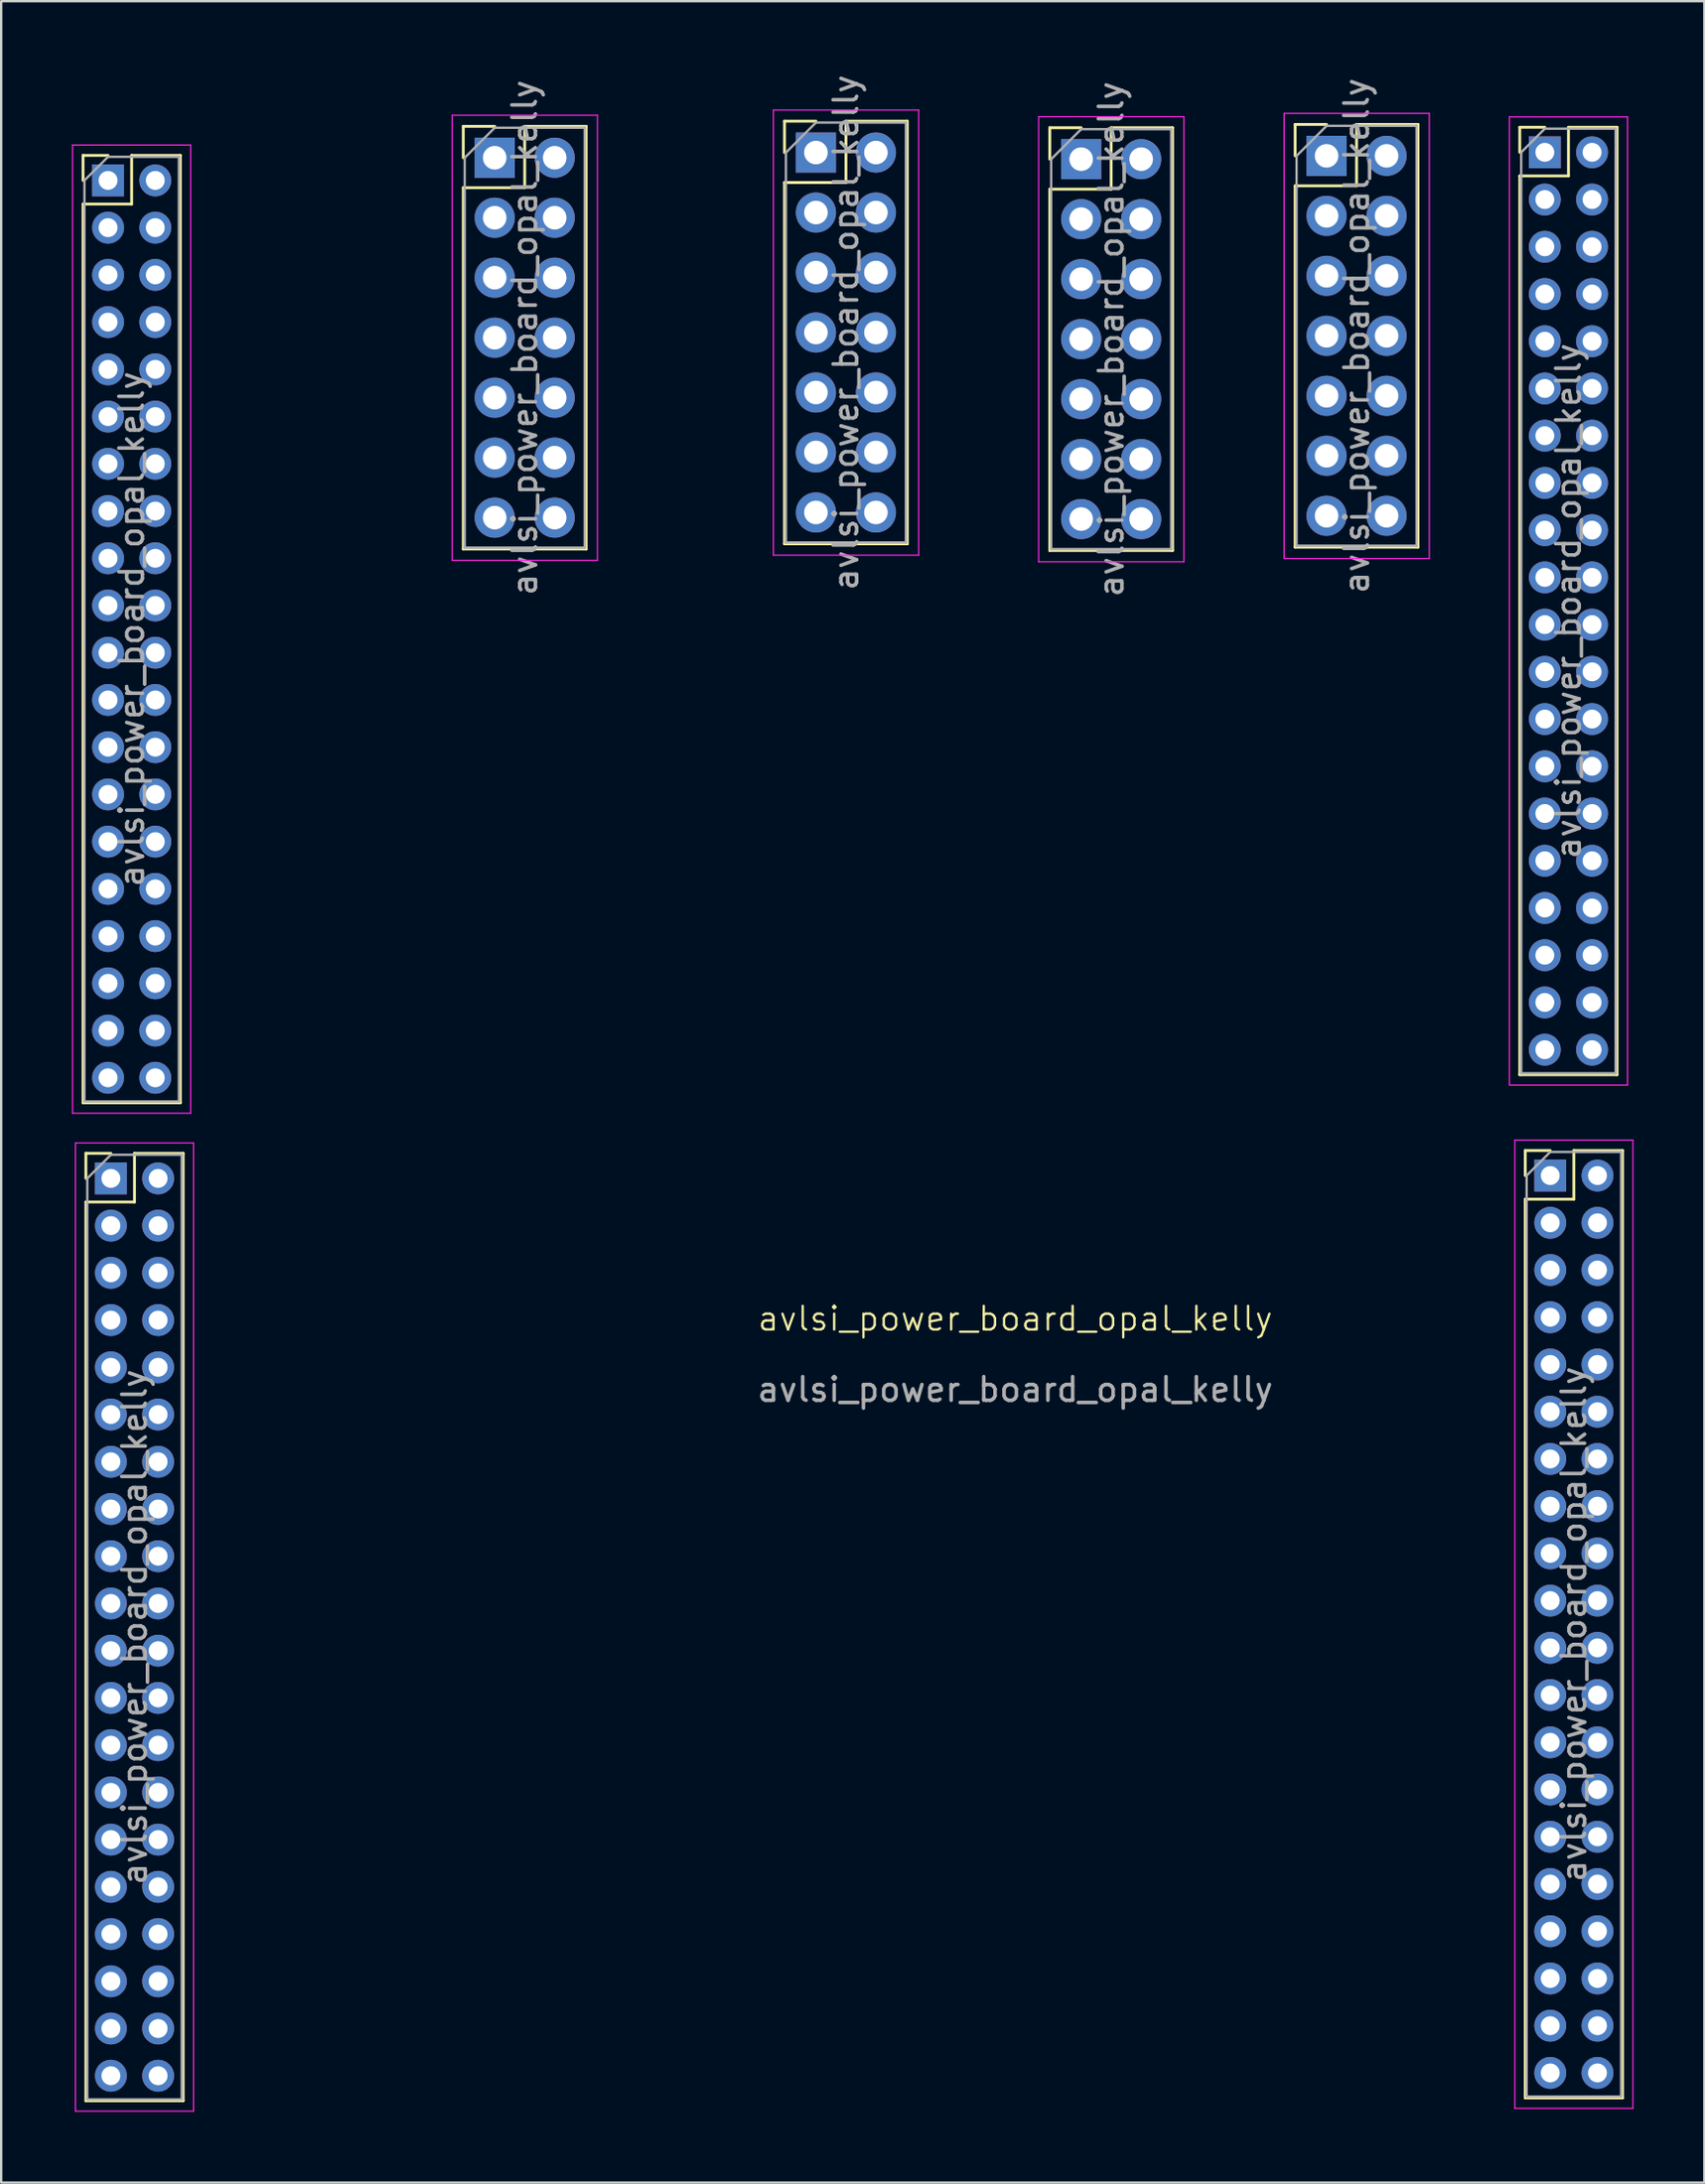
<source format=kicad_pcb>
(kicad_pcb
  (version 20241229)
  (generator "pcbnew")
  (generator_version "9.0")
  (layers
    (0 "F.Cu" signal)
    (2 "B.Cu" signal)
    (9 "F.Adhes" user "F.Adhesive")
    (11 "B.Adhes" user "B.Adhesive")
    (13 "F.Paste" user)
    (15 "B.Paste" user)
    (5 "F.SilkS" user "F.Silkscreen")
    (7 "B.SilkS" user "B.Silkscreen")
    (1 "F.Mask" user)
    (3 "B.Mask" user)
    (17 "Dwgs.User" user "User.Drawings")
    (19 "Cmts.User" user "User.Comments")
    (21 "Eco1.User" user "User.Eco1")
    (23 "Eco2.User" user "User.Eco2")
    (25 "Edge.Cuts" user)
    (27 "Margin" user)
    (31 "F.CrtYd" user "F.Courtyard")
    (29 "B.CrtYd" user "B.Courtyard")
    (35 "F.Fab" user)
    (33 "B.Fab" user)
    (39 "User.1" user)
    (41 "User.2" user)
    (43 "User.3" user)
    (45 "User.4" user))
  (footprint "avlsi_power_board_opal_kelly"
    (layer "F.Cu")
    (at 39.935 53.29)
    (property "Reference" "avlsi_power_board_opal_kelly" (at 0 -0.5 0) (unlocked yes) (layer "F.SilkS") (effects (font (size 1 1) (thickness 0.1))))
    (attr through_hole)
    (fp_line (start -39.47 -49.76) (end -38.41 -49.76) (stroke (width 0.12) (type solid)) (layer "F.SilkS"))
    (fp_line (start -39.47 -48.7) (end -39.47 -49.76) (stroke (width 0.12) (type solid)) (layer "F.SilkS"))
    (fp_line (start -39.47 -47.7) (end -39.47 -9.64) (stroke (width 0.12) (type solid)) (layer "F.SilkS"))
    (fp_line (start -39.47 -47.7) (end -37.41 -47.7) (stroke (width 0.12) (type solid)) (layer "F.SilkS"))
    (fp_line (start -39.47 -9.64) (end -35.35 -9.64) (stroke (width 0.12) (type solid)) (layer "F.SilkS"))
    (fp_line (start -39.35 -7.5) (end -38.29 -7.5) (stroke (width 0.12) (type solid)) (layer "F.SilkS"))
    (fp_line (start -39.35 -6.44) (end -39.35 -7.5) (stroke (width 0.12) (type solid)) (layer "F.SilkS"))
    (fp_line (start -39.35 -5.44) (end -39.35 32.62) (stroke (width 0.12) (type solid)) (layer "F.SilkS"))
    (fp_line (start -39.35 -5.44) (end -37.29 -5.44) (stroke (width 0.12) (type solid)) (layer "F.SilkS"))
    (fp_line (start -39.35 32.62) (end -35.23 32.62) (stroke (width 0.12) (type solid)) (layer "F.SilkS"))
    (fp_line (start -37.41 -49.76) (end -35.35 -49.76) (stroke (width 0.12) (type solid)) (layer "F.SilkS"))
    (fp_line (start -37.41 -47.7) (end -37.41 -49.76) (stroke (width 0.12) (type solid)) (layer "F.SilkS"))
    (fp_line (start -37.29 -7.5) (end -35.23 -7.5) (stroke (width 0.12) (type solid)) (layer "F.SilkS"))
    (fp_line (start -37.29 -5.44) (end -37.29 -7.5) (stroke (width 0.12) (type solid)) (layer "F.SilkS"))
    (fp_line (start -35.35 -49.76) (end -35.35 -9.64) (stroke (width 0.12) (type solid)) (layer "F.SilkS"))
    (fp_line (start -35.23 -7.5) (end -35.23 32.62) (stroke (width 0.12) (type solid)) (layer "F.SilkS"))
    (fp_line (start -23.37 -50.99) (end -22.04 -50.99) (stroke (width 0.12) (type solid)) (layer "F.SilkS"))
    (fp_line (start -23.37 -49.66) (end -23.37 -50.99) (stroke (width 0.12) (type solid)) (layer "F.SilkS"))
    (fp_line (start -23.37 -48.39) (end -23.37 -33.09) (stroke (width 0.12) (type solid)) (layer "F.SilkS"))
    (fp_line (start -23.37 -48.39) (end -20.77 -48.39) (stroke (width 0.12) (type solid)) (layer "F.SilkS"))
    (fp_line (start -23.37 -33.09) (end -18.17 -33.09) (stroke (width 0.12) (type solid)) (layer "F.SilkS"))
    (fp_line (start -20.77 -50.99) (end -18.17 -50.99) (stroke (width 0.12) (type solid)) (layer "F.SilkS"))
    (fp_line (start -20.77 -48.39) (end -20.77 -50.99) (stroke (width 0.12) (type solid)) (layer "F.SilkS"))
    (fp_line (start -18.17 -50.99) (end -18.17 -33.09) (stroke (width 0.12) (type solid)) (layer "F.SilkS"))
    (fp_line (start -9.77 -51.21) (end -8.44 -51.21) (stroke (width 0.12) (type solid)) (layer "F.SilkS"))
    (fp_line (start -9.77 -49.88) (end -9.77 -51.21) (stroke (width 0.12) (type solid)) (layer "F.SilkS"))
    (fp_line (start -9.77 -48.61) (end -9.77 -33.31) (stroke (width 0.12) (type solid)) (layer "F.SilkS"))
    (fp_line (start -9.77 -48.61) (end -7.17 -48.61) (stroke (width 0.12) (type solid)) (layer "F.SilkS"))
    (fp_line (start -9.77 -33.31) (end -4.57 -33.31) (stroke (width 0.12) (type solid)) (layer "F.SilkS"))
    (fp_line (start -7.17 -51.21) (end -4.57 -51.21) (stroke (width 0.12) (type solid)) (layer "F.SilkS"))
    (fp_line (start -7.17 -48.61) (end -7.17 -51.21) (stroke (width 0.12) (type solid)) (layer "F.SilkS"))
    (fp_line (start -4.57 -51.21) (end -4.57 -33.31) (stroke (width 0.12) (type solid)) (layer "F.SilkS"))
    (fp_line (start 1.46 -50.93) (end 2.79 -50.93) (stroke (width 0.12) (type solid)) (layer "F.SilkS"))
    (fp_line (start 1.46 -49.6) (end 1.46 -50.93) (stroke (width 0.12) (type solid)) (layer "F.SilkS"))
    (fp_line (start 1.46 -48.33) (end 1.46 -33.03) (stroke (width 0.12) (type solid)) (layer "F.SilkS"))
    (fp_line (start 1.46 -48.33) (end 4.06 -48.33) (stroke (width 0.12) (type solid)) (layer "F.SilkS"))
    (fp_line (start 1.46 -33.03) (end 6.66 -33.03) (stroke (width 0.12) (type solid)) (layer "F.SilkS"))
    (fp_line (start 4.06 -50.93) (end 6.66 -50.93) (stroke (width 0.12) (type solid)) (layer "F.SilkS"))
    (fp_line (start 4.06 -48.33) (end 4.06 -50.93) (stroke (width 0.12) (type solid)) (layer "F.SilkS"))
    (fp_line (start 6.66 -50.93) (end 6.66 -33.03) (stroke (width 0.12) (type solid)) (layer "F.SilkS"))
    (fp_line (start 11.85 -51.07) (end 13.18 -51.07) (stroke (width 0.12) (type solid)) (layer "F.SilkS"))
    (fp_line (start 11.85 -49.74) (end 11.85 -51.07) (stroke (width 0.12) (type solid)) (layer "F.SilkS"))
    (fp_line (start 11.85 -48.47) (end 11.85 -33.17) (stroke (width 0.12) (type solid)) (layer "F.SilkS"))
    (fp_line (start 11.85 -48.47) (end 14.45 -48.47) (stroke (width 0.12) (type solid)) (layer "F.SilkS"))
    (fp_line (start 11.85 -33.17) (end 17.05 -33.17) (stroke (width 0.12) (type solid)) (layer "F.SilkS"))
    (fp_line (start 14.45 -51.07) (end 17.05 -51.07) (stroke (width 0.12) (type solid)) (layer "F.SilkS"))
    (fp_line (start 14.45 -48.47) (end 14.45 -51.07) (stroke (width 0.12) (type solid)) (layer "F.SilkS"))
    (fp_line (start 17.05 -51.07) (end 17.05 -33.17) (stroke (width 0.12) (type solid)) (layer "F.SilkS"))
    (fp_line (start 21.36 -50.95) (end 22.42 -50.95) (stroke (width 0.12) (type solid)) (layer "F.SilkS"))
    (fp_line (start 21.36 -49.89) (end 21.36 -50.95) (stroke (width 0.12) (type solid)) (layer "F.SilkS"))
    (fp_line (start 21.36 -48.89) (end 21.36 -10.83) (stroke (width 0.12) (type solid)) (layer "F.SilkS"))
    (fp_line (start 21.36 -48.89) (end 23.42 -48.89) (stroke (width 0.12) (type solid)) (layer "F.SilkS"))
    (fp_line (start 21.36 -10.83) (end 25.48 -10.83) (stroke (width 0.12) (type solid)) (layer "F.SilkS"))
    (fp_line (start 21.59 -7.62) (end 22.65 -7.62) (stroke (width 0.12) (type solid)) (layer "F.SilkS"))
    (fp_line (start 21.59 -6.56) (end 21.59 -7.62) (stroke (width 0.12) (type solid)) (layer "F.SilkS"))
    (fp_line (start 21.59 -5.56) (end 21.59 32.5) (stroke (width 0.12) (type solid)) (layer "F.SilkS"))
    (fp_line (start 21.59 -5.56) (end 23.65 -5.56) (stroke (width 0.12) (type solid)) (layer "F.SilkS"))
    (fp_line (start 21.59 32.5) (end 25.71 32.5) (stroke (width 0.12) (type solid)) (layer "F.SilkS"))
    (fp_line (start 23.42 -50.95) (end 25.48 -50.95) (stroke (width 0.12) (type solid)) (layer "F.SilkS"))
    (fp_line (start 23.42 -48.89) (end 23.42 -50.95) (stroke (width 0.12) (type solid)) (layer "F.SilkS"))
    (fp_line (start 23.65 -7.62) (end 25.71 -7.62) (stroke (width 0.12) (type solid)) (layer "F.SilkS"))
    (fp_line (start 23.65 -5.56) (end 23.65 -7.62) (stroke (width 0.12) (type solid)) (layer "F.SilkS"))
    (fp_line (start 25.48 -50.95) (end 25.48 -10.83) (stroke (width 0.12) (type solid)) (layer "F.SilkS"))
    (fp_line (start 25.71 -7.62) (end 25.71 32.5) (stroke (width 0.12) (type solid)) (layer "F.SilkS"))
    (fp_line (start -39.91 -50.2) (end -39.91 -9.2) (stroke (width 0.05) (type solid)) (layer "F.CrtYd"))
    (fp_line (start -39.91 -9.2) (end -34.91 -9.2) (stroke (width 0.05) (type solid)) (layer "F.CrtYd"))
    (fp_line (start -39.79 -7.94) (end -39.79 33.06) (stroke (width 0.05) (type solid)) (layer "F.CrtYd"))
    (fp_line (start -39.79 33.06) (end -34.79 33.06) (stroke (width 0.05) (type solid)) (layer "F.CrtYd"))
    (fp_line (start -34.91 -50.2) (end -39.91 -50.2) (stroke (width 0.05) (type solid)) (layer "F.CrtYd"))
    (fp_line (start -34.91 -9.2) (end -34.91 -50.2) (stroke (width 0.05) (type solid)) (layer "F.CrtYd"))
    (fp_line (start -34.79 -7.94) (end -39.79 -7.94) (stroke (width 0.05) (type solid)) (layer "F.CrtYd"))
    (fp_line (start -34.79 33.06) (end -34.79 -7.94) (stroke (width 0.05) (type solid)) (layer "F.CrtYd"))
    (fp_line (start -23.84 -51.46) (end -23.84 -32.61) (stroke (width 0.05) (type solid)) (layer "F.CrtYd"))
    (fp_line (start -23.84 -32.61) (end -17.69 -32.61) (stroke (width 0.05) (type solid)) (layer "F.CrtYd"))
    (fp_line (start -17.69 -51.46) (end -23.84 -51.46) (stroke (width 0.05) (type solid)) (layer "F.CrtYd"))
    (fp_line (start -17.69 -32.61) (end -17.69 -51.46) (stroke (width 0.05) (type solid)) (layer "F.CrtYd"))
    (fp_line (start -10.24 -51.68) (end -10.24 -32.83) (stroke (width 0.05) (type solid)) (layer "F.CrtYd"))
    (fp_line (start -10.24 -32.83) (end -4.09 -32.83) (stroke (width 0.05) (type solid)) (layer "F.CrtYd"))
    (fp_line (start -4.09 -51.68) (end -10.24 -51.68) (stroke (width 0.05) (type solid)) (layer "F.CrtYd"))
    (fp_line (start -4.09 -32.83) (end -4.09 -51.68) (stroke (width 0.05) (type solid)) (layer "F.CrtYd"))
    (fp_line (start 0.99 -51.4) (end 0.99 -32.55) (stroke (width 0.05) (type solid)) (layer "F.CrtYd"))
    (fp_line (start 0.99 -32.55) (end 7.14 -32.55) (stroke (width 0.05) (type solid)) (layer "F.CrtYd"))
    (fp_line (start 7.14 -51.4) (end 0.99 -51.4) (stroke (width 0.05) (type solid)) (layer "F.CrtYd"))
    (fp_line (start 7.14 -32.55) (end 7.14 -51.4) (stroke (width 0.05) (type solid)) (layer "F.CrtYd"))
    (fp_line (start 11.38 -51.54) (end 11.38 -32.69) (stroke (width 0.05) (type solid)) (layer "F.CrtYd"))
    (fp_line (start 11.38 -32.69) (end 17.53 -32.69) (stroke (width 0.05) (type solid)) (layer "F.CrtYd"))
    (fp_line (start 17.53 -51.54) (end 11.38 -51.54) (stroke (width 0.05) (type solid)) (layer "F.CrtYd"))
    (fp_line (start 17.53 -32.69) (end 17.53 -51.54) (stroke (width 0.05) (type solid)) (layer "F.CrtYd"))
    (fp_line (start 20.92 -51.39) (end 20.92 -10.39) (stroke (width 0.05) (type solid)) (layer "F.CrtYd"))
    (fp_line (start 20.92 -10.39) (end 25.92 -10.39) (stroke (width 0.05) (type solid)) (layer "F.CrtYd"))
    (fp_line (start 21.15 -8.06) (end 21.15 32.94) (stroke (width 0.05) (type solid)) (layer "F.CrtYd"))
    (fp_line (start 21.15 32.94) (end 26.15 32.94) (stroke (width 0.05) (type solid)) (layer "F.CrtYd"))
    (fp_line (start 25.92 -51.39) (end 20.92 -51.39) (stroke (width 0.05) (type solid)) (layer "F.CrtYd"))
    (fp_line (start 25.92 -10.39) (end 25.92 -51.39) (stroke (width 0.05) (type solid)) (layer "F.CrtYd"))
    (fp_line (start 26.15 -8.06) (end 21.15 -8.06) (stroke (width 0.05) (type solid)) (layer "F.CrtYd"))
    (fp_line (start 26.15 32.94) (end 26.15 -8.06) (stroke (width 0.05) (type solid)) (layer "F.CrtYd"))
    (fp_line (start -39.41 -48.7) (end -38.41 -49.7) (stroke (width 0.1) (type solid)) (layer "F.Fab"))
    (fp_line (start -39.41 -9.7) (end -39.41 -48.7) (stroke (width 0.1) (type solid)) (layer "F.Fab"))
    (fp_line (start -39.29 -6.44) (end -38.29 -7.44) (stroke (width 0.1) (type solid)) (layer "F.Fab"))
    (fp_line (start -39.29 32.56) (end -39.29 -6.44) (stroke (width 0.1) (type solid)) (layer "F.Fab"))
    (fp_line (start -38.41 -49.7) (end -35.41 -49.7) (stroke (width 0.1) (type solid)) (layer "F.Fab"))
    (fp_line (start -38.29 -7.44) (end -35.29 -7.44) (stroke (width 0.1) (type solid)) (layer "F.Fab"))
    (fp_line (start -35.41 -49.7) (end -35.41 -9.7) (stroke (width 0.1) (type solid)) (layer "F.Fab"))
    (fp_line (start -35.41 -9.7) (end -39.41 -9.7) (stroke (width 0.1) (type solid)) (layer "F.Fab"))
    (fp_line (start -35.29 -7.44) (end -35.29 32.56) (stroke (width 0.1) (type solid)) (layer "F.Fab"))
    (fp_line (start -35.29 32.56) (end -39.29 32.56) (stroke (width 0.1) (type solid)) (layer "F.Fab"))
    (fp_line (start -23.31 -49.66) (end -22.04 -50.93) (stroke (width 0.1) (type solid)) (layer "F.Fab"))
    (fp_line (start -23.31 -33.15) (end -23.31 -49.66) (stroke (width 0.1) (type solid)) (layer "F.Fab"))
    (fp_line (start -22.04 -50.93) (end -18.23 -50.93) (stroke (width 0.1) (type solid)) (layer "F.Fab"))
    (fp_line (start -18.23 -50.93) (end -18.23 -33.15) (stroke (width 0.1) (type solid)) (layer "F.Fab"))
    (fp_line (start -18.23 -33.15) (end -23.31 -33.15) (stroke (width 0.1) (type solid)) (layer "F.Fab"))
    (fp_line (start -9.71 -49.88) (end -8.44 -51.15) (stroke (width 0.1) (type solid)) (layer "F.Fab"))
    (fp_line (start -9.71 -33.37) (end -9.71 -49.88) (stroke (width 0.1) (type solid)) (layer "F.Fab"))
    (fp_line (start -8.44 -51.15) (end -4.63 -51.15) (stroke (width 0.1) (type solid)) (layer "F.Fab"))
    (fp_line (start -4.63 -51.15) (end -4.63 -33.37) (stroke (width 0.1) (type solid)) (layer "F.Fab"))
    (fp_line (start -4.63 -33.37) (end -9.71 -33.37) (stroke (width 0.1) (type solid)) (layer "F.Fab"))
    (fp_line (start 1.52 -49.6) (end 2.79 -50.87) (stroke (width 0.1) (type solid)) (layer "F.Fab"))
    (fp_line (start 1.52 -33.09) (end 1.52 -49.6) (stroke (width 0.1) (type solid)) (layer "F.Fab"))
    (fp_line (start 2.79 -50.87) (end 6.6 -50.87) (stroke (width 0.1) (type solid)) (layer "F.Fab"))
    (fp_line (start 6.6 -50.87) (end 6.6 -33.09) (stroke (width 0.1) (type solid)) (layer "F.Fab"))
    (fp_line (start 6.6 -33.09) (end 1.52 -33.09) (stroke (width 0.1) (type solid)) (layer "F.Fab"))
    (fp_line (start 11.91 -49.74) (end 13.18 -51.01) (stroke (width 0.1) (type solid)) (layer "F.Fab"))
    (fp_line (start 11.91 -33.23) (end 11.91 -49.74) (stroke (width 0.1) (type solid)) (layer "F.Fab"))
    (fp_line (start 13.18 -51.01) (end 16.99 -51.01) (stroke (width 0.1) (type solid)) (layer "F.Fab"))
    (fp_line (start 16.99 -51.01) (end 16.99 -33.23) (stroke (width 0.1) (type solid)) (layer "F.Fab"))
    (fp_line (start 16.99 -33.23) (end 11.91 -33.23) (stroke (width 0.1) (type solid)) (layer "F.Fab"))
    (fp_line (start 21.42 -49.89) (end 22.42 -50.89) (stroke (width 0.1) (type solid)) (layer "F.Fab"))
    (fp_line (start 21.42 -10.89) (end 21.42 -49.89) (stroke (width 0.1) (type solid)) (layer "F.Fab"))
    (fp_line (start 21.65 -6.56) (end 22.65 -7.56) (stroke (width 0.1) (type solid)) (layer "F.Fab"))
    (fp_line (start 21.65 32.44) (end 21.65 -6.56) (stroke (width 0.1) (type solid)) (layer "F.Fab"))
    (fp_line (start 22.42 -50.89) (end 25.42 -50.89) (stroke (width 0.1) (type solid)) (layer "F.Fab"))
    (fp_line (start 22.65 -7.56) (end 25.65 -7.56) (stroke (width 0.1) (type solid)) (layer "F.Fab"))
    (fp_line (start 25.42 -50.89) (end 25.42 -10.89) (stroke (width 0.1) (type solid)) (layer "F.Fab"))
    (fp_line (start 25.42 -10.89) (end 21.42 -10.89) (stroke (width 0.1) (type solid)) (layer "F.Fab"))
    (fp_line (start 25.65 -7.56) (end 25.65 32.44) (stroke (width 0.1) (type solid)) (layer "F.Fab"))
    (fp_line (start 25.65 32.44) (end 21.65 32.44) (stroke (width 0.1) (type solid)) (layer "F.Fab"))
    (fp_text user "${REFERENCE}" (at -7.17 -42.26 90) (layer "F.Fab") (effects (font (size 1 1) (thickness 0.15))))
    (fp_text user "${REFERENCE}" (at 23.65 12.44 90) (layer "F.Fab") (effects (font (size 1 1) (thickness 0.15))))
    (fp_text user "${REFERENCE}" (at 0 2.5 0) (unlocked yes) (layer "F.Fab") (effects (font (size 1 1) (thickness 0.15))))
    (fp_text user "${REFERENCE}" (at 14.45 -42.12 90) (layer "F.Fab") (effects (font (size 1 1) (thickness 0.15))))
    (fp_text user "${REFERENCE}" (at 4.06 -41.98 90) (layer "F.Fab") (effects (font (size 1 1) (thickness 0.15))))
    (fp_text user "${REFERENCE}" (at -37.41 -29.7 90) (layer "F.Fab") (effects (font (size 1 1) (thickness 0.15))))
    (fp_text user "${REFERENCE}" (at -20.77 -42.04 90) (layer "F.Fab") (effects (font (size 1 1) (thickness 0.15))))
    (fp_text user "${REFERENCE}" (at -37.29 12.56 90) (layer "F.Fab") (effects (font (size 1 1) (thickness 0.15))))
    (fp_text user "${REFERENCE}" (at 23.42 -30.89 90) (layer "F.Fab") (effects (font (size 1 1) (thickness 0.15))))
    (pad "01" thru_hole rect (at -38.41 -48.7) (size 1.35 1.35) (drill 0.8) (layers "*.Cu" "*.Mask"))
    (pad "02" thru_hole oval (at -36.41 -48.7) (size 1.35 1.35) (drill 0.8) (layers "*.Cu" "*.Mask"))
    (pad "03" thru_hole oval (at -38.41 -46.7) (size 1.35 1.35) (drill 0.8) (layers "*.Cu" "*.Mask"))
    (pad "04" thru_hole oval (at -36.41 -46.7) (size 1.35 1.35) (drill 0.8) (layers "*.Cu" "*.Mask"))
    (pad "05" thru_hole oval (at -38.41 -44.7) (size 1.35 1.35) (drill 0.8) (layers "*.Cu" "*.Mask"))
    (pad "06" thru_hole oval (at -36.41 -44.7) (size 1.35 1.35) (drill 0.8) (layers "*.Cu" "*.Mask"))
    (pad "07" thru_hole oval (at -38.41 -42.7) (size 1.35 1.35) (drill 0.8) (layers "*.Cu" "*.Mask"))
    (pad "08" thru_hole oval (at -36.41 -42.7) (size 1.35 1.35) (drill 0.8) (layers "*.Cu" "*.Mask"))
    (pad "09" thru_hole oval (at -38.41 -40.7) (size 1.35 1.35) (drill 0.8) (layers "*.Cu" "*.Mask"))
    (pad "10" thru_hole oval (at -36.41 -40.7) (size 1.35 1.35) (drill 0.8) (layers "*.Cu" "*.Mask"))
    (pad "11" thru_hole oval (at -38.41 -38.7) (size 1.35 1.35) (drill 0.8) (layers "*.Cu" "*.Mask"))
    (pad "12" thru_hole oval (at -36.41 -38.7) (size 1.35 1.35) (drill 0.8) (layers "*.Cu" "*.Mask"))
    (pad "13" thru_hole oval (at -38.41 -36.7) (size 1.35 1.35) (drill 0.8) (layers "*.Cu" "*.Mask"))
    (pad "14" thru_hole oval (at -36.41 -36.7) (size 1.35 1.35) (drill 0.8) (layers "*.Cu" "*.Mask"))
    (pad "15" thru_hole oval (at -38.41 -34.7) (size 1.35 1.35) (drill 0.8) (layers "*.Cu" "*.Mask"))
    (pad "16" thru_hole oval (at -36.41 -34.7) (size 1.35 1.35) (drill 0.8) (layers "*.Cu" "*.Mask"))
    (pad "17" thru_hole oval (at -38.41 -32.7) (size 1.35 1.35) (drill 0.8) (layers "*.Cu" "*.Mask"))
    (pad "18" thru_hole oval (at -36.41 -32.7) (size 1.35 1.35) (drill 0.8) (layers "*.Cu" "*.Mask"))
    (pad "19" thru_hole oval (at -38.41 -30.7) (size 1.35 1.35) (drill 0.8) (layers "*.Cu" "*.Mask"))
    (pad "20" thru_hole oval (at -36.41 -30.7) (size 1.35 1.35) (drill 0.8) (layers "*.Cu" "*.Mask"))
    (pad "21" thru_hole oval (at -38.41 -28.7) (size 1.35 1.35) (drill 0.8) (layers "*.Cu" "*.Mask"))
    (pad "22" thru_hole oval (at -36.41 -28.7) (size 1.35 1.35) (drill 0.8) (layers "*.Cu" "*.Mask"))
    (pad "23" thru_hole oval (at -38.41 -26.7) (size 1.35 1.35) (drill 0.8) (layers "*.Cu" "*.Mask"))
    (pad "24" thru_hole oval (at -36.41 -26.7) (size 1.35 1.35) (drill 0.8) (layers "*.Cu" "*.Mask"))
    (pad "25" thru_hole oval (at -38.41 -24.7) (size 1.35 1.35) (drill 0.8) (layers "*.Cu" "*.Mask"))
    (pad "26" thru_hole oval (at -36.41 -24.7) (size 1.35 1.35) (drill 0.8) (layers "*.Cu" "*.Mask"))
    (pad "27" thru_hole oval (at -38.41 -22.7) (size 1.35 1.35) (drill 0.8) (layers "*.Cu" "*.Mask"))
    (pad "28" thru_hole oval (at -36.41 -22.7) (size 1.35 1.35) (drill 0.8) (layers "*.Cu" "*.Mask"))
    (pad "29" thru_hole oval (at -38.41 -20.7) (size 1.35 1.35) (drill 0.8) (layers "*.Cu" "*.Mask"))
    (pad "30" thru_hole oval (at -36.41 -20.7) (size 1.35 1.35) (drill 0.8) (layers "*.Cu" "*.Mask"))
    (pad "31" thru_hole oval (at -38.41 -18.7) (size 1.35 1.35) (drill 0.8) (layers "*.Cu" "*.Mask"))
    (pad "32" thru_hole oval (at -36.41 -18.7) (size 1.35 1.35) (drill 0.8) (layers "*.Cu" "*.Mask"))
    (pad "33" thru_hole oval (at -38.41 -16.7) (size 1.35 1.35) (drill 0.8) (layers "*.Cu" "*.Mask"))
    (pad "34" thru_hole oval (at -36.41 -16.7) (size 1.35 1.35) (drill 0.8) (layers "*.Cu" "*.Mask"))
    (pad "35" thru_hole oval (at -38.41 -14.7) (size 1.35 1.35) (drill 0.8) (layers "*.Cu" "*.Mask"))
    (pad "36" thru_hole oval (at -36.41 -14.7) (size 1.35 1.35) (drill 0.8) (layers "*.Cu" "*.Mask"))
    (pad "37" thru_hole oval (at -38.41 -12.7) (size 1.35 1.35) (drill 0.8) (layers "*.Cu" "*.Mask"))
    (pad "38" thru_hole oval (at -36.41 -12.7) (size 1.35 1.35) (drill 0.8) (layers "*.Cu" "*.Mask"))
    (pad "39" thru_hole oval (at -38.41 -10.7) (size 1.35 1.35) (drill 0.8) (layers "*.Cu" "*.Mask"))
    (pad "40" thru_hole oval (at -36.41 -10.7) (size 1.35 1.35) (drill 0.8) (layers "*.Cu" "*.Mask"))
    (pad "41" thru_hole rect (at -38.29 -6.44) (size 1.35 1.35) (drill 0.8) (layers "*.Cu" "*.Mask"))
    (pad "42" thru_hole oval (at -36.29 -6.44) (size 1.35 1.35) (drill 0.8) (layers "*.Cu" "*.Mask"))
    (pad "43" thru_hole oval (at -38.29 -4.44) (size 1.35 1.35) (drill 0.8) (layers "*.Cu" "*.Mask"))
    (pad "44" thru_hole oval (at -36.29 -4.44) (size 1.35 1.35) (drill 0.8) (layers "*.Cu" "*.Mask"))
    (pad "45" thru_hole oval (at -38.29 -2.44) (size 1.35 1.35) (drill 0.8) (layers "*.Cu" "*.Mask"))
    (pad "46" thru_hole oval (at -36.29 -2.44) (size 1.35 1.35) (drill 0.8) (layers "*.Cu" "*.Mask"))
    (pad "47" thru_hole oval (at -38.29 -0.44) (size 1.35 1.35) (drill 0.8) (layers "*.Cu" "*.Mask"))
    (pad "48" thru_hole oval (at -36.29 -0.44) (size 1.35 1.35) (drill 0.8) (layers "*.Cu" "*.Mask"))
    (pad "49" thru_hole oval (at -38.29 1.56) (size 1.35 1.35) (drill 0.8) (layers "*.Cu" "*.Mask"))
    (pad "50" thru_hole oval (at -36.29 1.56) (size 1.35 1.35) (drill 0.8) (layers "*.Cu" "*.Mask"))
    (pad "51" thru_hole oval (at -38.29 3.56) (size 1.35 1.35) (drill 0.8) (layers "*.Cu" "*.Mask"))
    (pad "52" thru_hole oval (at -36.29 3.56) (size 1.35 1.35) (drill 0.8) (layers "*.Cu" "*.Mask"))
    (pad "53" thru_hole oval (at -38.29 5.56) (size 1.35 1.35) (drill 0.8) (layers "*.Cu" "*.Mask"))
    (pad "54" thru_hole oval (at -36.29 5.56) (size 1.35 1.35) (drill 0.8) (layers "*.Cu" "*.Mask"))
    (pad "55" thru_hole oval (at -38.29 7.56) (size 1.35 1.35) (drill 0.8) (layers "*.Cu" "*.Mask"))
    (pad "56" thru_hole oval (at -36.29 7.56) (size 1.35 1.35) (drill 0.8) (layers "*.Cu" "*.Mask"))
    (pad "57" thru_hole oval (at -38.29 9.56) (size 1.35 1.35) (drill 0.8) (layers "*.Cu" "*.Mask"))
    (pad "58" thru_hole oval (at -36.29 9.56) (size 1.35 1.35) (drill 0.8) (layers "*.Cu" "*.Mask"))
    (pad "59" thru_hole oval (at -38.29 11.56) (size 1.35 1.35) (drill 0.8) (layers "*.Cu" "*.Mask"))
    (pad "60" thru_hole oval (at -36.29 11.56) (size 1.35 1.35) (drill 0.8) (layers "*.Cu" "*.Mask"))
    (pad "61" thru_hole oval (at -38.29 13.56) (size 1.35 1.35) (drill 0.8) (layers "*.Cu" "*.Mask"))
    (pad "62" thru_hole oval (at -36.29 13.56) (size 1.35 1.35) (drill 0.8) (layers "*.Cu" "*.Mask"))
    (pad "63" thru_hole oval (at -38.29 15.56) (size 1.35 1.35) (drill 0.8) (layers "*.Cu" "*.Mask"))
    (pad "64" thru_hole oval (at -36.29 15.56) (size 1.35 1.35) (drill 0.8) (layers "*.Cu" "*.Mask"))
    (pad "65" thru_hole oval (at -38.29 17.56) (size 1.35 1.35) (drill 0.8) (layers "*.Cu" "*.Mask"))
    (pad "66" thru_hole oval (at -36.29 17.56) (size 1.35 1.35) (drill 0.8) (layers "*.Cu" "*.Mask"))
    (pad "67" thru_hole oval (at -38.29 19.56) (size 1.35 1.35) (drill 0.8) (layers "*.Cu" "*.Mask"))
    (pad "68" thru_hole oval (at -36.29 19.56) (size 1.35 1.35) (drill 0.8) (layers "*.Cu" "*.Mask"))
    (pad "69" thru_hole oval (at -38.29 21.56) (size 1.35 1.35) (drill 0.8) (layers "*.Cu" "*.Mask"))
    (pad "70" thru_hole oval (at -36.29 21.56) (size 1.35 1.35) (drill 0.8) (layers "*.Cu" "*.Mask"))
    (pad "71" thru_hole oval (at -38.29 23.56) (size 1.35 1.35) (drill 0.8) (layers "*.Cu" "*.Mask"))
    (pad "72" thru_hole oval (at -36.29 23.56) (size 1.35 1.35) (drill 0.8) (layers "*.Cu" "*.Mask"))
    (pad "73" thru_hole oval (at -38.29 25.56) (size 1.35 1.35) (drill 0.8) (layers "*.Cu" "*.Mask"))
    (pad "74" thru_hole oval (at -36.29 25.56) (size 1.35 1.35) (drill 0.8) (layers "*.Cu" "*.Mask"))
    (pad "75" thru_hole oval (at -38.29 27.56) (size 1.35 1.35) (drill 0.8) (layers "*.Cu" "*.Mask"))
    (pad "76" thru_hole oval (at -36.29 27.56) (size 1.35 1.35) (drill 0.8) (layers "*.Cu" "*.Mask"))
    (pad "77" thru_hole oval (at -38.29 29.56) (size 1.35 1.35) (drill 0.8) (layers "*.Cu" "*.Mask"))
    (pad "78" thru_hole oval (at -36.29 29.56) (size 1.35 1.35) (drill 0.8) (layers "*.Cu" "*.Mask"))
    (pad "79" thru_hole oval (at -38.29 31.56) (size 1.35 1.35) (drill 0.8) (layers "*.Cu" "*.Mask"))
    (pad "80" thru_hole oval (at -36.29 31.56) (size 1.35 1.35) (drill 0.8) (layers "*.Cu" "*.Mask"))
    (pad "81" thru_hole rect (at 22.42 -49.89) (size 1.35 1.35) (drill 0.8) (layers "*.Cu" "*.Mask"))
    (pad "82" thru_hole oval (at 24.42 -49.89) (size 1.35 1.35) (drill 0.8) (layers "*.Cu" "*.Mask"))
    (pad "83" thru_hole oval (at 22.42 -47.89) (size 1.35 1.35) (drill 0.8) (layers "*.Cu" "*.Mask"))
    (pad "84" thru_hole oval (at 24.42 -47.89) (size 1.35 1.35) (drill 0.8) (layers "*.Cu" "*.Mask"))
    (pad "85" thru_hole oval (at 22.42 -45.89) (size 1.35 1.35) (drill 0.8) (layers "*.Cu" "*.Mask"))
    (pad "86" thru_hole oval (at 24.42 -45.89) (size 1.35 1.35) (drill 0.8) (layers "*.Cu" "*.Mask"))
    (pad "87" thru_hole oval (at 22.42 -43.89) (size 1.35 1.35) (drill 0.8) (layers "*.Cu" "*.Mask"))
    (pad "88" thru_hole oval (at 24.42 -43.89) (size 1.35 1.35) (drill 0.8) (layers "*.Cu" "*.Mask"))
    (pad "89" thru_hole oval (at 22.42 -41.89) (size 1.35 1.35) (drill 0.8) (layers "*.Cu" "*.Mask"))
    (pad "90" thru_hole oval (at 24.42 -41.89) (size 1.35 1.35) (drill 0.8) (layers "*.Cu" "*.Mask"))
    (pad "91" thru_hole oval (at 22.42 -39.89) (size 1.35 1.35) (drill 0.8) (layers "*.Cu" "*.Mask"))
    (pad "92" thru_hole oval (at 24.42 -39.89) (size 1.35 1.35) (drill 0.8) (layers "*.Cu" "*.Mask"))
    (pad "93" thru_hole oval (at 22.42 -37.89) (size 1.35 1.35) (drill 0.8) (layers "*.Cu" "*.Mask"))
    (pad "94" thru_hole oval (at 24.42 -37.89) (size 1.35 1.35) (drill 0.8) (layers "*.Cu" "*.Mask"))
    (pad "95" thru_hole oval (at 22.42 -35.89) (size 1.35 1.35) (drill 0.8) (layers "*.Cu" "*.Mask"))
    (pad "96" thru_hole oval (at 24.42 -35.89) (size 1.35 1.35) (drill 0.8) (layers "*.Cu" "*.Mask"))
    (pad "97" thru_hole oval (at 22.42 -33.89) (size 1.35 1.35) (drill 0.8) (layers "*.Cu" "*.Mask"))
    (pad "98" thru_hole oval (at 24.42 -33.89) (size 1.35 1.35) (drill 0.8) (layers "*.Cu" "*.Mask"))
    (pad "99" thru_hole oval (at 22.42 -31.89) (size 1.35 1.35) (drill 0.8) (layers "*.Cu" "*.Mask"))
    (pad "100" thru_hole oval (at 24.42 -31.89) (size 1.35 1.35) (drill 0.8) (layers "*.Cu" "*.Mask"))
    (pad "101" thru_hole oval (at 22.42 -29.89) (size 1.35 1.35) (drill 0.8) (layers "*.Cu" "*.Mask"))
    (pad "102" thru_hole oval (at 24.42 -29.89) (size 1.35 1.35) (drill 0.8) (layers "*.Cu" "*.Mask"))
    (pad "103" thru_hole oval (at 22.42 -27.89) (size 1.35 1.35) (drill 0.8) (layers "*.Cu" "*.Mask"))
    (pad "104" thru_hole oval (at 24.42 -27.89) (size 1.35 1.35) (drill 0.8) (layers "*.Cu" "*.Mask"))
    (pad "105" thru_hole oval (at 22.42 -25.89) (size 1.35 1.35) (drill 0.8) (layers "*.Cu" "*.Mask"))
    (pad "106" thru_hole oval (at 24.42 -25.89) (size 1.35 1.35) (drill 0.8) (layers "*.Cu" "*.Mask"))
    (pad "107" thru_hole oval (at 22.42 -23.89) (size 1.35 1.35) (drill 0.8) (layers "*.Cu" "*.Mask"))
    (pad "108" thru_hole oval (at 24.42 -23.89) (size 1.35 1.35) (drill 0.8) (layers "*.Cu" "*.Mask"))
    (pad "109" thru_hole oval (at 22.42 -21.89) (size 1.35 1.35) (drill 0.8) (layers "*.Cu" "*.Mask"))
    (pad "110" thru_hole oval (at 24.42 -21.89) (size 1.35 1.35) (drill 0.8) (layers "*.Cu" "*.Mask"))
    (pad "111" thru_hole oval (at 22.42 -19.89) (size 1.35 1.35) (drill 0.8) (layers "*.Cu" "*.Mask"))
    (pad "112" thru_hole oval (at 24.42 -19.89) (size 1.35 1.35) (drill 0.8) (layers "*.Cu" "*.Mask"))
    (pad "113" thru_hole oval (at 22.42 -17.89) (size 1.35 1.35) (drill 0.8) (layers "*.Cu" "*.Mask"))
    (pad "114" thru_hole oval (at 24.42 -17.89) (size 1.35 1.35) (drill 0.8) (layers "*.Cu" "*.Mask"))
    (pad "115" thru_hole oval (at 22.42 -15.89) (size 1.35 1.35) (drill 0.8) (layers "*.Cu" "*.Mask"))
    (pad "116" thru_hole oval (at 24.42 -15.89) (size 1.35 1.35) (drill 0.8) (layers "*.Cu" "*.Mask"))
    (pad "117" thru_hole oval (at 22.42 -13.89) (size 1.35 1.35) (drill 0.8) (layers "*.Cu" "*.Mask"))
    (pad "118" thru_hole oval (at 24.42 -13.89) (size 1.35 1.35) (drill 0.8) (layers "*.Cu" "*.Mask"))
    (pad "119" thru_hole oval (at 22.42 -11.89) (size 1.35 1.35) (drill 0.8) (layers "*.Cu" "*.Mask"))
    (pad "120" thru_hole oval (at 24.42 -11.89) (size 1.35 1.35) (drill 0.8) (layers "*.Cu" "*.Mask"))
    (pad "121" thru_hole rect (at 22.65 -6.56) (size 1.35 1.35) (drill 0.8) (layers "*.Cu" "*.Mask"))
    (pad "122" thru_hole oval (at 24.65 -6.56) (size 1.35 1.35) (drill 0.8) (layers "*.Cu" "*.Mask"))
    (pad "123" thru_hole oval (at 22.65 -4.56) (size 1.35 1.35) (drill 0.8) (layers "*.Cu" "*.Mask"))
    (pad "124" thru_hole oval (at 24.65 -4.56) (size 1.35 1.35) (drill 0.8) (layers "*.Cu" "*.Mask"))
    (pad "125" thru_hole oval (at 22.65 -2.56) (size 1.35 1.35) (drill 0.8) (layers "*.Cu" "*.Mask"))
    (pad "126" thru_hole oval (at 24.65 -2.56) (size 1.35 1.35) (drill 0.8) (layers "*.Cu" "*.Mask"))
    (pad "127" thru_hole oval (at 22.65 -0.56) (size 1.35 1.35) (drill 0.8) (layers "*.Cu" "*.Mask"))
    (pad "128" thru_hole oval (at 24.65 -0.56) (size 1.35 1.35) (drill 0.8) (layers "*.Cu" "*.Mask"))
    (pad "129" thru_hole oval (at 22.65 1.44) (size 1.35 1.35) (drill 0.8) (layers "*.Cu" "*.Mask"))
    (pad "130" thru_hole oval (at 24.65 1.44) (size 1.35 1.35) (drill 0.8) (layers "*.Cu" "*.Mask"))
    (pad "131" thru_hole oval (at 22.65 3.44) (size 1.35 1.35) (drill 0.8) (layers "*.Cu" "*.Mask"))
    (pad "132" thru_hole oval (at 24.65 3.44) (size 1.35 1.35) (drill 0.8) (layers "*.Cu" "*.Mask"))
    (pad "133" thru_hole oval (at 22.65 5.44) (size 1.35 1.35) (drill 0.8) (layers "*.Cu" "*.Mask"))
    (pad "134" thru_hole oval (at 24.65 5.44) (size 1.35 1.35) (drill 0.8) (layers "*.Cu" "*.Mask"))
    (pad "135" thru_hole oval (at 22.65 7.44) (size 1.35 1.35) (drill 0.8) (layers "*.Cu" "*.Mask"))
    (pad "136" thru_hole oval (at 24.65 7.44) (size 1.35 1.35) (drill 0.8) (layers "*.Cu" "*.Mask"))
    (pad "137" thru_hole oval (at 22.65 9.44) (size 1.35 1.35) (drill 0.8) (layers "*.Cu" "*.Mask"))
    (pad "138" thru_hole oval (at 24.65 9.44) (size 1.35 1.35) (drill 0.8) (layers "*.Cu" "*.Mask"))
    (pad "139" thru_hole oval (at 22.65 11.44) (size 1.35 1.35) (drill 0.8) (layers "*.Cu" "*.Mask"))
    (pad "140" thru_hole oval (at 24.65 11.44) (size 1.35 1.35) (drill 0.8) (layers "*.Cu" "*.Mask"))
    (pad "141" thru_hole oval (at 22.65 13.44) (size 1.35 1.35) (drill 0.8) (layers "*.Cu" "*.Mask"))
    (pad "142" thru_hole oval (at 24.65 13.44) (size 1.35 1.35) (drill 0.8) (layers "*.Cu" "*.Mask"))
    (pad "143" thru_hole oval (at 22.65 15.44) (size 1.35 1.35) (drill 0.8) (layers "*.Cu" "*.Mask"))
    (pad "144" thru_hole oval (at 24.65 15.44) (size 1.35 1.35) (drill 0.8) (layers "*.Cu" "*.Mask"))
    (pad "145" thru_hole oval (at 22.65 17.44) (size 1.35 1.35) (drill 0.8) (layers "*.Cu" "*.Mask"))
    (pad "146" thru_hole oval (at 24.65 17.44) (size 1.35 1.35) (drill 0.8) (layers "*.Cu" "*.Mask"))
    (pad "147" thru_hole oval (at 22.65 19.44) (size 1.35 1.35) (drill 0.8) (layers "*.Cu" "*.Mask"))
    (pad "148" thru_hole oval (at 24.65 19.44) (size 1.35 1.35) (drill 0.8) (layers "*.Cu" "*.Mask"))
    (pad "149" thru_hole oval (at 22.65 21.44) (size 1.35 1.35) (drill 0.8) (layers "*.Cu" "*.Mask"))
    (pad "150" thru_hole oval (at 24.65 21.44) (size 1.35 1.35) (drill 0.8) (layers "*.Cu" "*.Mask"))
    (pad "151" thru_hole oval (at 22.65 23.44) (size 1.35 1.35) (drill 0.8) (layers "*.Cu" "*.Mask"))
    (pad "152" thru_hole oval (at 24.65 23.44) (size 1.35 1.35) (drill 0.8) (layers "*.Cu" "*.Mask"))
    (pad "153" thru_hole oval (at 22.65 25.44) (size 1.35 1.35) (drill 0.8) (layers "*.Cu" "*.Mask"))
    (pad "154" thru_hole oval (at 24.65 25.44) (size 1.35 1.35) (drill 0.8) (layers "*.Cu" "*.Mask"))
    (pad "155" thru_hole oval (at 22.65 27.44) (size 1.35 1.35) (drill 0.8) (layers "*.Cu" "*.Mask"))
    (pad "156" thru_hole oval (at 24.65 27.44) (size 1.35 1.35) (drill 0.8) (layers "*.Cu" "*.Mask"))
    (pad "157" thru_hole oval (at 22.65 29.44) (size 1.35 1.35) (drill 0.8) (layers "*.Cu" "*.Mask"))
    (pad "158" thru_hole oval (at 24.65 29.44) (size 1.35 1.35) (drill 0.8) (layers "*.Cu" "*.Mask"))
    (pad "159" thru_hole oval (at 22.65 31.44) (size 1.35 1.35) (drill 0.8) (layers "*.Cu" "*.Mask"))
    (pad "160" thru_hole oval (at 24.65 31.44) (size 1.35 1.35) (drill 0.8) (layers "*.Cu" "*.Mask"))
    (pad "161" thru_hole rect (at -22.04 -49.66) (size 1.7 1.7) (drill 1) (layers "*.Cu" "*.Mask"))
    (pad "162" thru_hole oval (at -19.5 -49.66) (size 1.7 1.7) (drill 1) (layers "*.Cu" "*.Mask"))
    (pad "163" thru_hole oval (at -22.04 -47.12) (size 1.7 1.7) (drill 1) (layers "*.Cu" "*.Mask"))
    (pad "164" thru_hole oval (at -19.5 -47.12) (size 1.7 1.7) (drill 1) (layers "*.Cu" "*.Mask"))
    (pad "165" thru_hole oval (at -22.04 -44.58) (size 1.7 1.7) (drill 1) (layers "*.Cu" "*.Mask"))
    (pad "166" thru_hole oval (at -19.5 -44.58) (size 1.7 1.7) (drill 1) (layers "*.Cu" "*.Mask"))
    (pad "167" thru_hole oval (at -22.04 -42.04) (size 1.7 1.7) (drill 1) (layers "*.Cu" "*.Mask"))
    (pad "168" thru_hole oval (at -19.5 -42.04) (size 1.7 1.7) (drill 1) (layers "*.Cu" "*.Mask"))
    (pad "169" thru_hole oval (at -22.04 -39.5) (size 1.7 1.7) (drill 1) (layers "*.Cu" "*.Mask"))
    (pad "170" thru_hole oval (at -19.5 -39.5) (size 1.7 1.7) (drill 1) (layers "*.Cu" "*.Mask"))
    (pad "171" thru_hole oval (at -22.04 -36.96) (size 1.7 1.7) (drill 1) (layers "*.Cu" "*.Mask"))
    (pad "172" thru_hole oval (at -19.5 -36.96) (size 1.7 1.7) (drill 1) (layers "*.Cu" "*.Mask"))
    (pad "173" thru_hole oval (at -22.04 -34.42) (size 1.7 1.7) (drill 1) (layers "*.Cu" "*.Mask"))
    (pad "174" thru_hole oval (at -19.5 -34.42) (size 1.7 1.7) (drill 1) (layers "*.Cu" "*.Mask"))
    (pad "175" thru_hole rect (at -8.44 -49.88) (size 1.7 1.7) (drill 1) (layers "*.Cu" "*.Mask"))
    (pad "176" thru_hole oval (at -5.9 -49.88) (size 1.7 1.7) (drill 1) (layers "*.Cu" "*.Mask"))
    (pad "177" thru_hole oval (at -8.44 -47.34) (size 1.7 1.7) (drill 1) (layers "*.Cu" "*.Mask"))
    (pad "178" thru_hole oval (at -5.9 -47.34) (size 1.7 1.7) (drill 1) (layers "*.Cu" "*.Mask"))
    (pad "179" thru_hole oval (at -8.44 -44.8) (size 1.7 1.7) (drill 1) (layers "*.Cu" "*.Mask"))
    (pad "180" thru_hole oval (at -5.9 -44.8) (size 1.7 1.7) (drill 1) (layers "*.Cu" "*.Mask"))
    (pad "181" thru_hole oval (at -8.44 -42.26) (size 1.7 1.7) (drill 1) (layers "*.Cu" "*.Mask"))
    (pad "182" thru_hole oval (at -5.9 -42.26) (size 1.7 1.7) (drill 1) (layers "*.Cu" "*.Mask"))
    (pad "183" thru_hole oval (at -8.44 -39.72) (size 1.7 1.7) (drill 1) (layers "*.Cu" "*.Mask"))
    (pad "184" thru_hole oval (at -5.9 -39.72) (size 1.7 1.7) (drill 1) (layers "*.Cu" "*.Mask"))
    (pad "185" thru_hole oval (at -8.44 -37.18) (size 1.7 1.7) (drill 1) (layers "*.Cu" "*.Mask"))
    (pad "186" thru_hole oval (at -5.9 -37.18) (size 1.7 1.7) (drill 1) (layers "*.Cu" "*.Mask"))
    (pad "187" thru_hole oval (at -8.44 -34.64) (size 1.7 1.7) (drill 1) (layers "*.Cu" "*.Mask"))
    (pad "188" thru_hole oval (at -5.9 -34.64) (size 1.7 1.7) (drill 1) (layers "*.Cu" "*.Mask"))
    (pad "189" thru_hole rect (at 2.79 -49.6) (size 1.7 1.7) (drill 1) (layers "*.Cu" "*.Mask"))
    (pad "190" thru_hole oval (at 5.33 -49.6) (size 1.7 1.7) (drill 1) (layers "*.Cu" "*.Mask"))
    (pad "191" thru_hole oval (at 2.79 -47.06) (size 1.7 1.7) (drill 1) (layers "*.Cu" "*.Mask"))
    (pad "192" thru_hole oval (at 5.33 -47.06) (size 1.7 1.7) (drill 1) (layers "*.Cu" "*.Mask"))
    (pad "193" thru_hole oval (at 2.79 -44.52) (size 1.7 1.7) (drill 1) (layers "*.Cu" "*.Mask"))
    (pad "194" thru_hole oval (at 5.33 -44.52) (size 1.7 1.7) (drill 1) (layers "*.Cu" "*.Mask"))
    (pad "195" thru_hole oval (at 2.79 -41.98) (size 1.7 1.7) (drill 1) (layers "*.Cu" "*.Mask"))
    (pad "196" thru_hole oval (at 5.33 -41.98) (size 1.7 1.7) (drill 1) (layers "*.Cu" "*.Mask"))
    (pad "197" thru_hole oval (at 2.79 -39.44) (size 1.7 1.7) (drill 1) (layers "*.Cu" "*.Mask"))
    (pad "198" thru_hole oval (at 5.33 -39.44) (size 1.7 1.7) (drill 1) (layers "*.Cu" "*.Mask"))
    (pad "199" thru_hole oval (at 2.79 -36.9) (size 1.7 1.7) (drill 1) (layers "*.Cu" "*.Mask"))
    (pad "200" thru_hole oval (at 5.33 -36.9) (size 1.7 1.7) (drill 1) (layers "*.Cu" "*.Mask"))
    (pad "201" thru_hole oval (at 2.79 -34.36) (size 1.7 1.7) (drill 1) (layers "*.Cu" "*.Mask"))
    (pad "202" thru_hole oval (at 5.33 -34.36) (size 1.7 1.7) (drill 1) (layers "*.Cu" "*.Mask"))
    (pad "203" thru_hole rect (at 13.18 -49.74) (size 1.7 1.7) (drill 1) (layers "*.Cu" "*.Mask"))
    (pad "204" thru_hole oval (at 15.72 -49.74) (size 1.7 1.7) (drill 1) (layers "*.Cu" "*.Mask"))
    (pad "205" thru_hole oval (at 13.18 -47.2) (size 1.7 1.7) (drill 1) (layers "*.Cu" "*.Mask"))
    (pad "206" thru_hole oval (at 15.72 -47.2) (size 1.7 1.7) (drill 1) (layers "*.Cu" "*.Mask"))
    (pad "207" thru_hole oval (at 13.18 -44.66) (size 1.7 1.7) (drill 1) (layers "*.Cu" "*.Mask"))
    (pad "208" thru_hole oval (at 15.72 -44.66) (size 1.7 1.7) (drill 1) (layers "*.Cu" "*.Mask"))
    (pad "209" thru_hole oval (at 13.18 -42.12) (size 1.7 1.7) (drill 1) (layers "*.Cu" "*.Mask"))
    (pad "210" thru_hole oval (at 15.72 -42.12) (size 1.7 1.7) (drill 1) (layers "*.Cu" "*.Mask"))
    (pad "211" thru_hole oval (at 13.18 -39.58) (size 1.7 1.7) (drill 1) (layers "*.Cu" "*.Mask"))
    (pad "212" thru_hole oval (at 15.72 -39.58) (size 1.7 1.7) (drill 1) (layers "*.Cu" "*.Mask"))
    (pad "213" thru_hole oval (at 13.18 -37.04) (size 1.7 1.7) (drill 1) (layers "*.Cu" "*.Mask"))
    (pad "214" thru_hole oval (at 15.72 -37.04) (size 1.7 1.7) (drill 1) (layers "*.Cu" "*.Mask"))
    (pad "215" thru_hole oval (at 13.18 -34.5) (size 1.7 1.7) (drill 1) (layers "*.Cu" "*.Mask"))
    (pad "216" thru_hole oval (at 15.72 -34.5) (size 1.7 1.7) (drill 1) (layers "*.Cu" "*.Mask")))
  (gr_rect
    (start -3 -3)
    (end 69.11 89.375)
    (stroke (width 0.1) (type default))
    (fill no)
    (layer "Edge.Cuts")))
</source>
